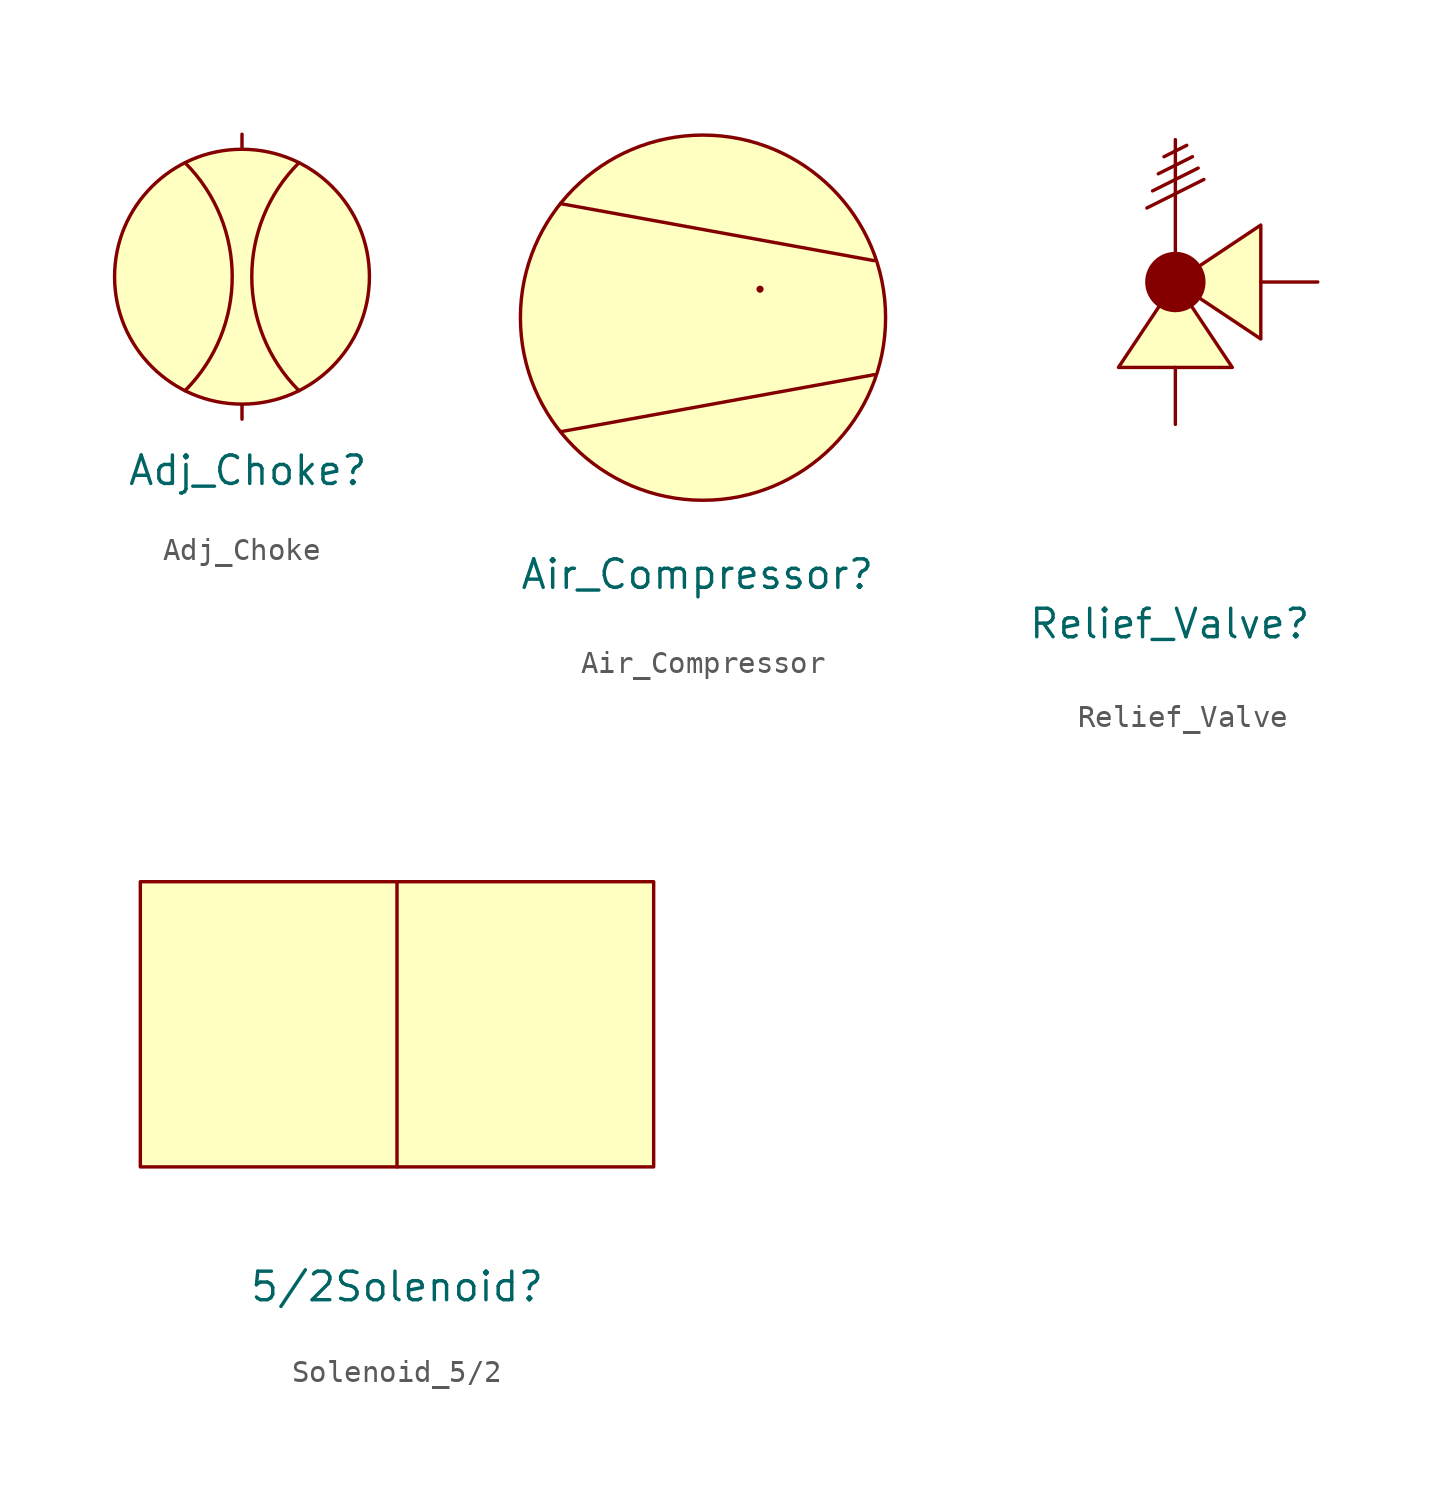
<source format=kicad_sym>
(kicad_symbol_lib
  (version 20241209)
  (generator "kicad_symbol_editor")
  (generator_version "9.0")
  (symbol "Adj_Choke"
    (property "Reference" "Adj_Choke"
      (at 0.254 -8.636 0)
      (effects (font (size 1.27 1.27))))
    (property "Value" ""
      (at 0 0 0)
      (effects (font (size 1.27 1.27))))
    (symbol "Adj_Choke_0_1"
      (arc (start -2.54 5.08) (mid -0.4358 0) (end -2.54 -5.08) (stroke (width 0) (type default)) (fill (type none)))
      (circle (center 0 0) (radius 5.68) (stroke (width 0) (type default)) (fill (type color) (color 255 255 194 1)))
      (arc (start 2.54 -5.08) (mid 0.4358 0) (end 2.54 5.08) (stroke (width 0) (type default)) (fill (type none))))
    (symbol "Adj_Choke_1_1"
      (pin input line (at 0 6.35 270) (length 0.635) (name "" (effects (font (size 1.27 1.27)))) (number "" (effects (font (size 1.27 1.27)))))
      (pin input line (at 0 -6.35 90) (length 0.635) (name "" (effects (font (size 1.27 1.27)))) (number "" (effects (font (size 1.27 1.27)))))))
  (symbol "Air_Compressor"
    (property "Reference" "Air_Compressor"
      (at -0.254 -11.43 0)
      (effects (font (size 1.27 1.27))))
    (property "Value" ""
      (at 0 0 0)
      (effects (font (size 1.27 1.27))))
    (symbol "Air_Compressor_1_1"
      (polyline (pts (xy -6.35 5.08) (xy 7.62 2.54)) (stroke (width 0) (type default)) (fill (type none)))
      (polyline (pts (xy -6.35 -5.08) (xy 7.62 -2.54)) (stroke (width 0) (type default)) (fill (type none)))
      (circle (center 0 0) (radius 8.132) (stroke (width 0) (type default)) (fill (type color) (color 255 255 194 1)))
      (circle (center 2.54 1.27) (radius 0.0001) (stroke (width 0) (type default)) (fill (type none)))
      (circle (center 2.54 1.27) (radius 0.0001) (stroke (width 0) (type default)) (fill (type none)))))
  (symbol "Relief_Valve"
    (property "Reference" "Relief_Valve"
      (at -0.254 -15.24 0)
      (effects (font (size 1.27 1.27))))
    (property "Value" ""
      (at 0 0 0)
      (effects (font (size 1.27 1.27))))
    (symbol "Relief_Valve_0_1"
      (polyline (pts (xy 0 1.27) (xy 0 6.35)) (stroke (width 0) (type default)) (fill (type none)))
      (polyline (pts (xy 0.508 6.096) (xy -0.508 5.588)) (stroke (width 0) (type default)) (fill (type none)))
      (polyline (pts (xy 1.016 5.08) (xy -1.016 4.064)) (stroke (width 0) (type default)) (fill (type none)))
      (polyline (pts (xy 1.27 4.572) (xy -1.27 3.302)) (stroke (width 0) (type default)) (fill (type none))))
    (symbol "Relief_Valve_1_1"
      (rectangle (start 0 1.27) (end 0 -1.27) (stroke (width 0) (type default)) (fill (type none)))
      (polyline (pts (xy 0 0) (xy -2.54 -3.81) (xy 2.54 -3.81) (xy 0 0)) (stroke (width 0) (type default)) (fill (type background)))
      (polyline (pts (xy 0 0) (xy 3.81 2.54) (xy 3.81 -2.54) (xy 0 0)) (stroke (width 0) (type default)) (fill (type background)))
      (circle (center 0 0) (radius 1.27) (stroke (width 0) (type default)) (fill (type outline)))
      (polyline (pts (xy 0.762 5.588) (xy -0.762 4.826)) (stroke (width 0) (type solid)) (fill (type none)))
      (pin passive line (at 0 -6.35 90) (length 2.54) (name "" (effects (font (size 1.27 1.27)))) (number "" (effects (font (size 1.27 1.27)))))
      (pin passive line (at 6.35 0 180) (length 2.54) (name "" (effects (font (size 1.27 1.27)))) (number "" (effects (font (size 1.27 1.27)))))))
  (symbol "Solenoid_5/2"
    (property "Reference" "5/2Solenoid"
      (at 0 -11.684 0)
      (effects (font (size 1.27 1.27))))
    (property "Value" ""
      (at 0 0 0)
      (effects (font (size 1.27 1.27))))
    (symbol "Solenoid_5/2_0_1"
      (rectangle (start -11.43 6.35) (end 11.43 -6.35) (stroke (width 0) (type default)) (fill (type color) (color 255 255 194 1)))
      (polyline (pts (xy 0 6.35) (xy 0 -6.35)) (stroke (width 0) (type default)) (fill (type none))))))
</source>
